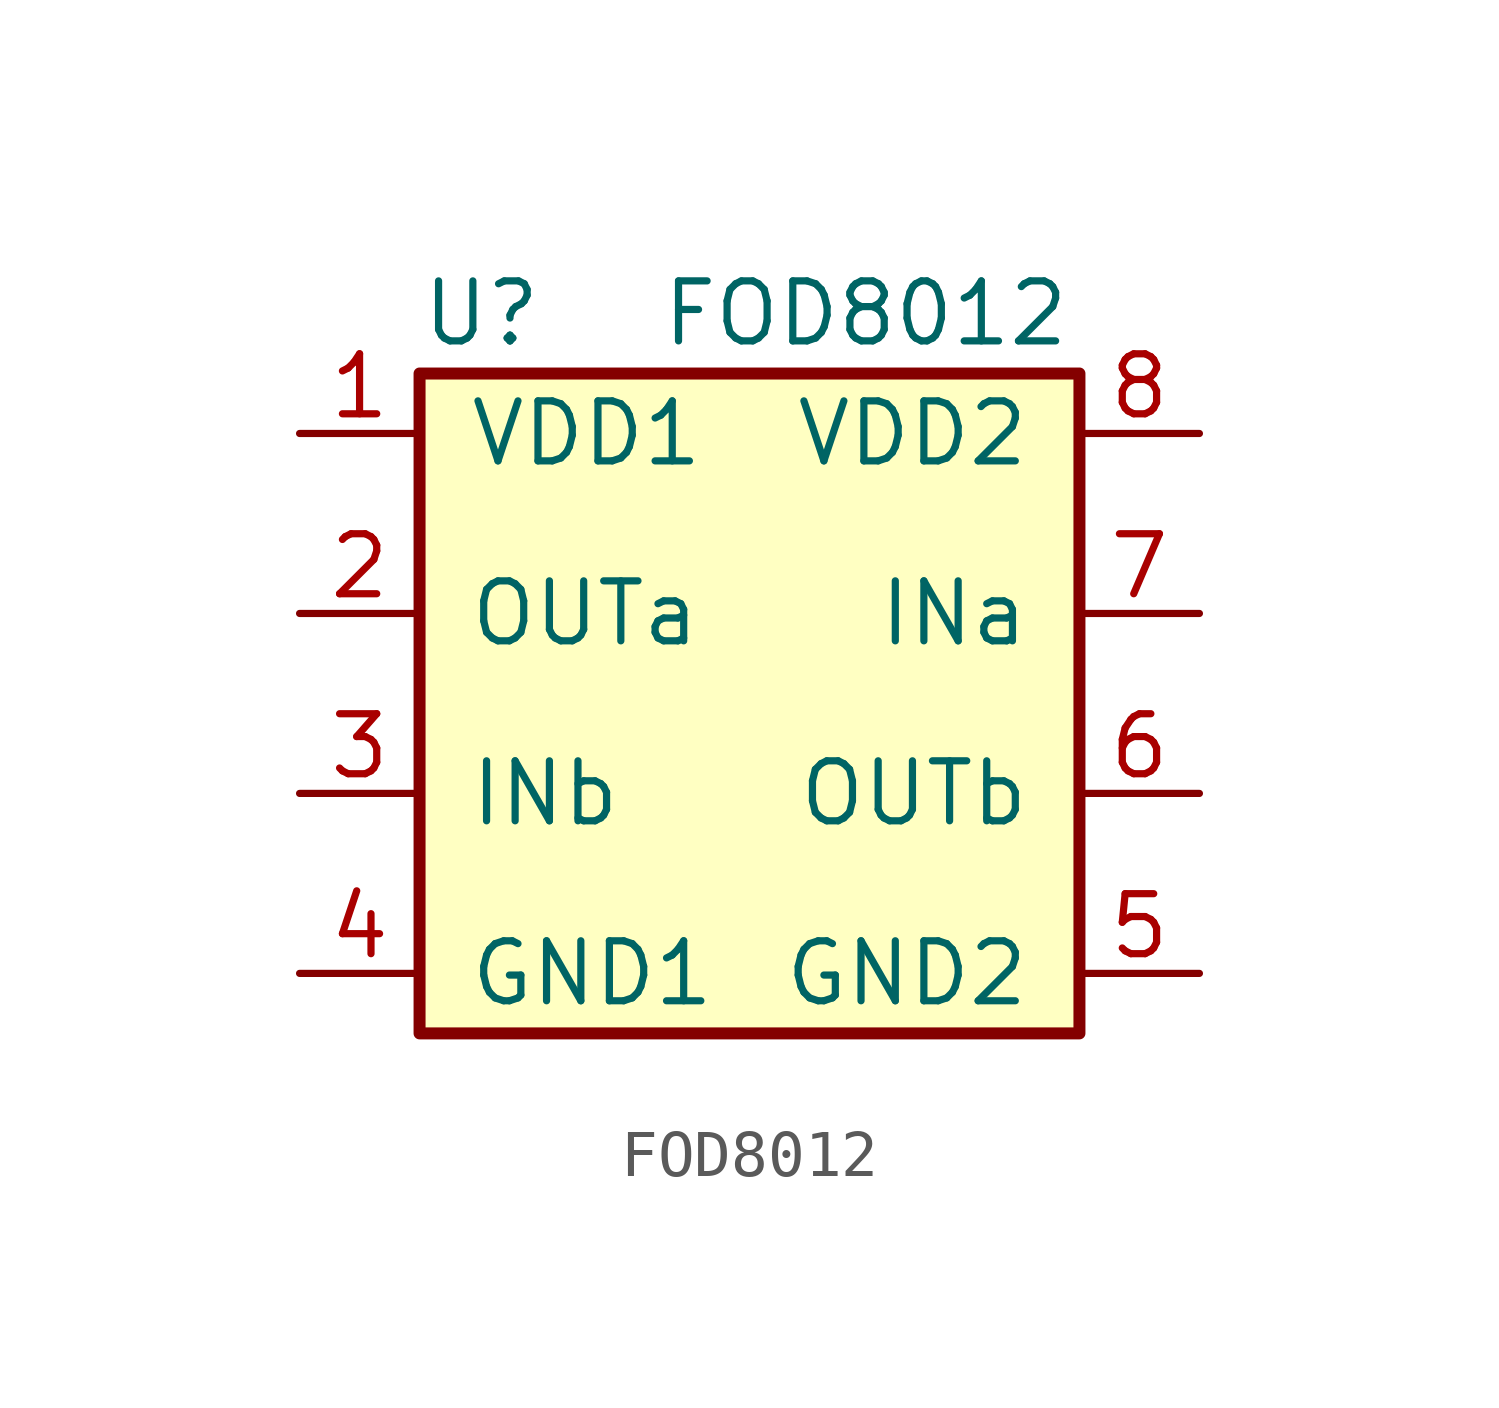
<source format=kicad_sym>
(kicad_symbol_lib
  (version 20231120)
  (generator "kicad_symbol_editor")
  (generator_version "8.0")
  (symbol "FOD8012"
    (pin_names
      (offset 1.016))
    (property "Reference" "U"
      (at -5.08 5.08 0)
      (effects (font (size 1.27 1.27)) (justify left)))
    (property "Value" "FOD8012"
      (at 0 5.08 0)
      (effects (font (size 1.27 1.27)) (justify left)))
    (symbol "FOD8012_0_1"
      (rectangle (start -5.08 3.81) (end 8.89 -10.16) (stroke (width 0.254) (type solid)) (fill (type background))))
    (symbol "FOD8012_1_1"
      (pin power_in line (at -7.62 2.54 0) (length 2.54) (name "VDD1" (effects (font (size 1.27 1.27)))) (number "1" (effects (font (size 1.27 1.27)))))
      (pin output line (at -7.62 -1.27 0) (length 2.54) (name "OUTa" (effects (font (size 1.27 1.27)))) (number "2" (effects (font (size 1.27 1.27)))))
      (pin input line (at -7.62 -5.08 0) (length 2.54) (name "INb" (effects (font (size 1.27 1.27)))) (number "3" (effects (font (size 1.27 1.27)))))
      (pin power_in line (at -7.62 -8.89 0) (length 2.54) (name "GND1" (effects (font (size 1.27 1.27)))) (number "4" (effects (font (size 1.27 1.27)))))
      (pin power_in line (at 11.43 -8.89 180) (length 2.54) (name "GND2" (effects (font (size 1.27 1.27)))) (number "5" (effects (font (size 1.27 1.27)))))
      (pin output line (at 11.43 -5.08 180) (length 2.54) (name "OUTb" (effects (font (size 1.27 1.27)))) (number "6" (effects (font (size 1.27 1.27)))))
      (pin input line (at 11.43 -1.27 180) (length 2.54) (name "INa" (effects (font (size 1.27 1.27)))) (number "7" (effects (font (size 1.27 1.27)))))
      (pin power_in line (at 11.43 2.54 180) (length 2.54) (name "VDD2" (effects (font (size 1.27 1.27)))) (number "8" (effects (font (size 1.27 1.27))))))))
</source>
